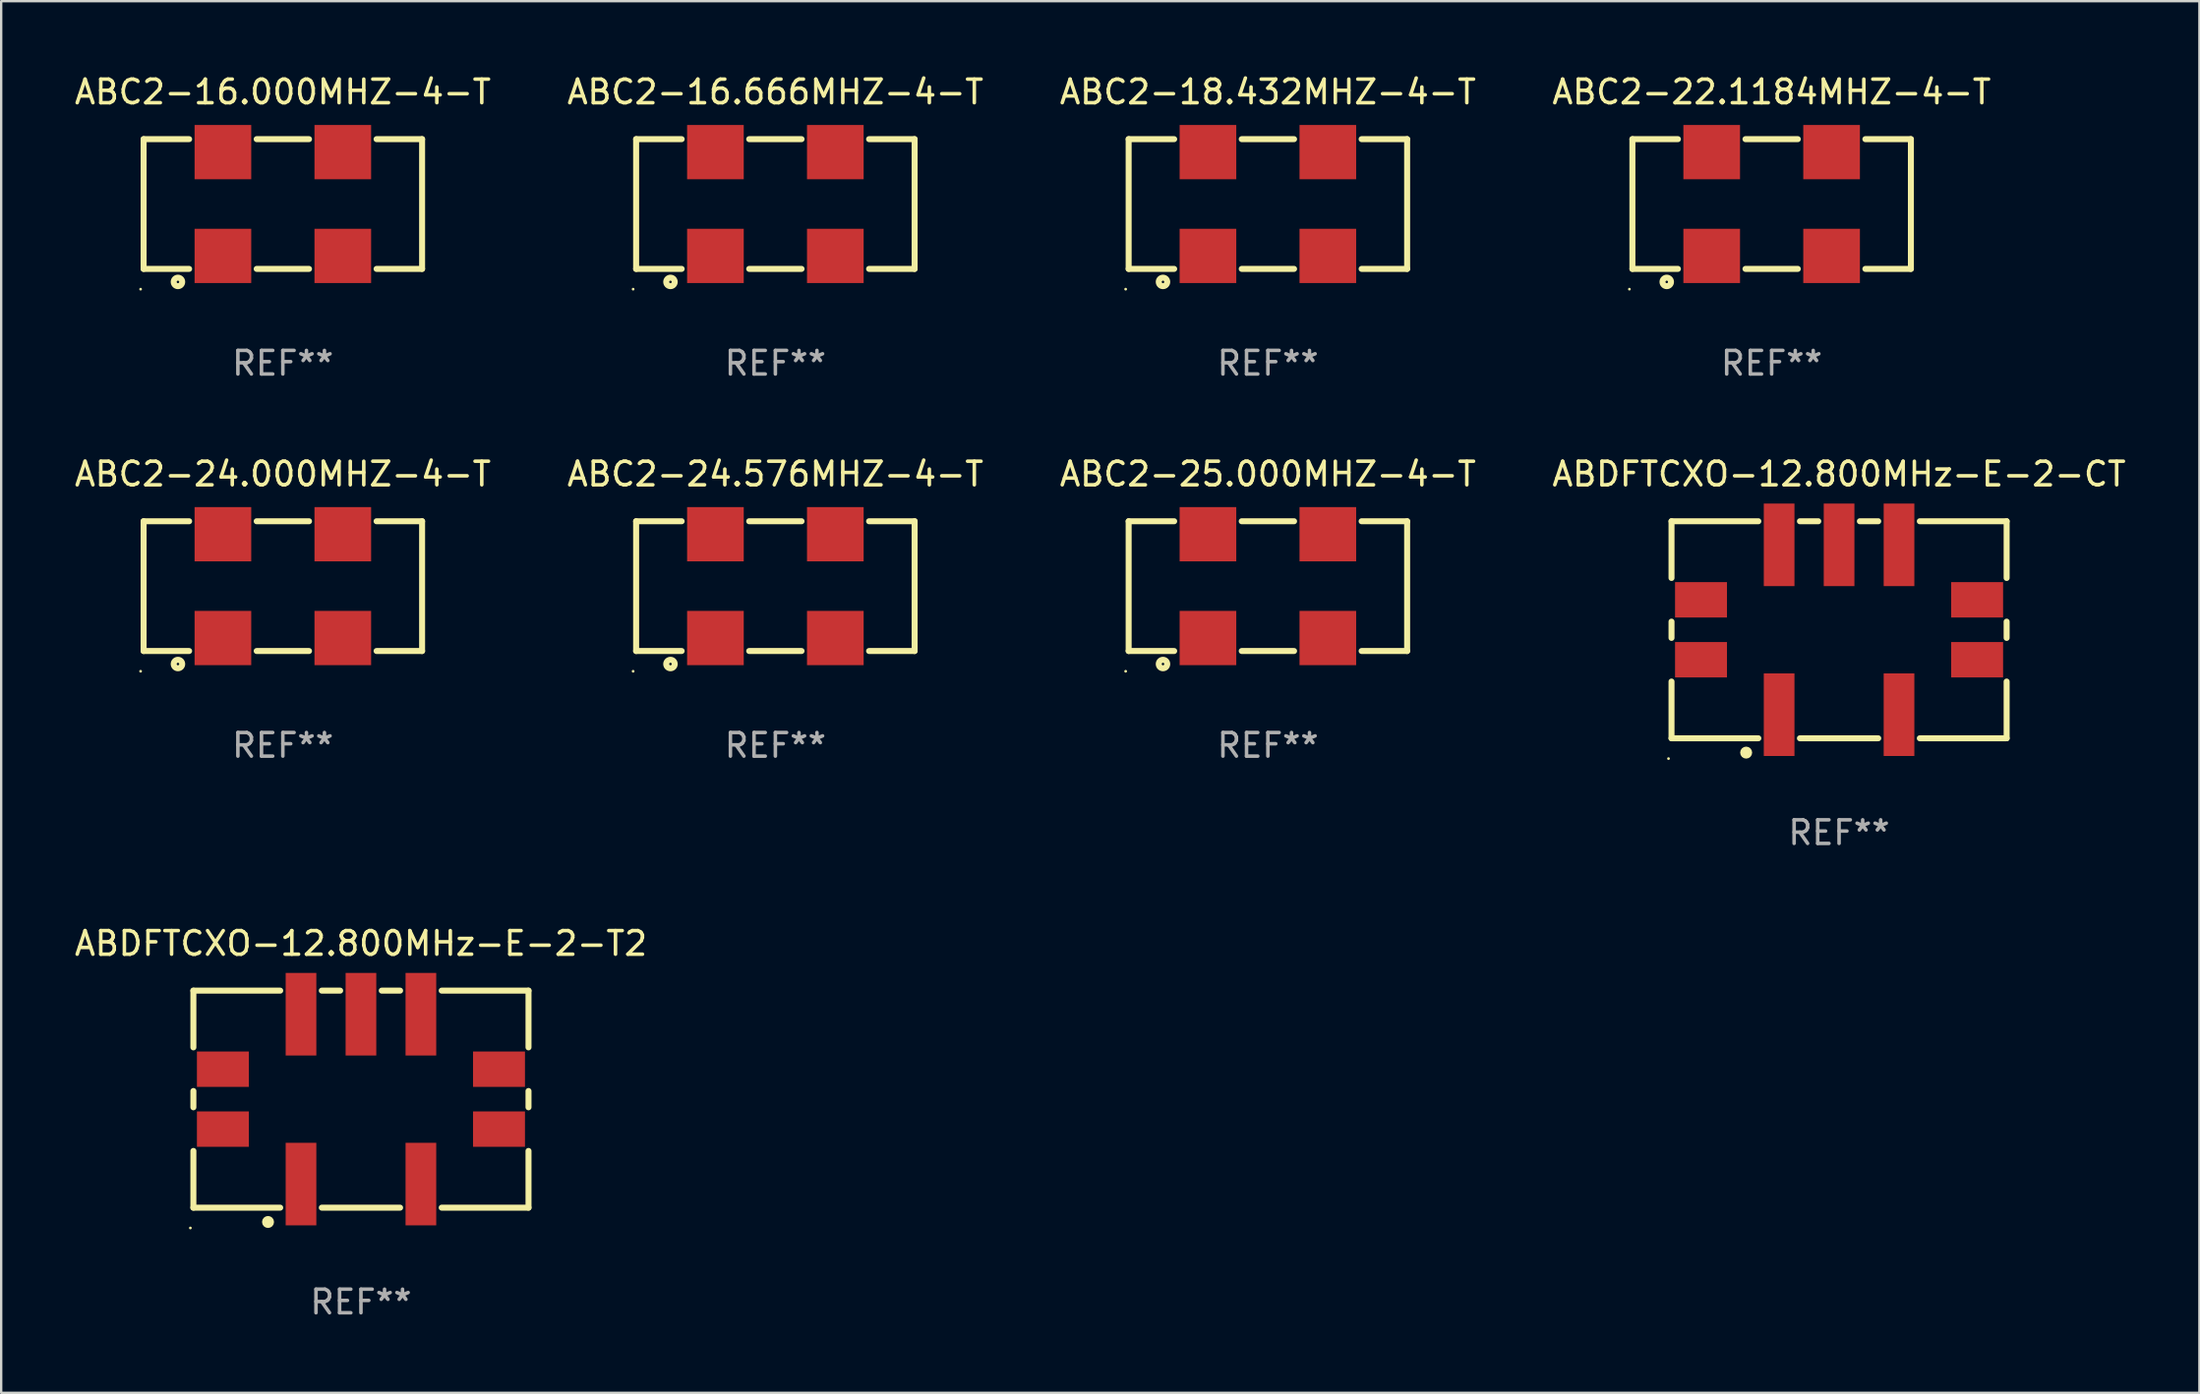
<source format=kicad_pcb>
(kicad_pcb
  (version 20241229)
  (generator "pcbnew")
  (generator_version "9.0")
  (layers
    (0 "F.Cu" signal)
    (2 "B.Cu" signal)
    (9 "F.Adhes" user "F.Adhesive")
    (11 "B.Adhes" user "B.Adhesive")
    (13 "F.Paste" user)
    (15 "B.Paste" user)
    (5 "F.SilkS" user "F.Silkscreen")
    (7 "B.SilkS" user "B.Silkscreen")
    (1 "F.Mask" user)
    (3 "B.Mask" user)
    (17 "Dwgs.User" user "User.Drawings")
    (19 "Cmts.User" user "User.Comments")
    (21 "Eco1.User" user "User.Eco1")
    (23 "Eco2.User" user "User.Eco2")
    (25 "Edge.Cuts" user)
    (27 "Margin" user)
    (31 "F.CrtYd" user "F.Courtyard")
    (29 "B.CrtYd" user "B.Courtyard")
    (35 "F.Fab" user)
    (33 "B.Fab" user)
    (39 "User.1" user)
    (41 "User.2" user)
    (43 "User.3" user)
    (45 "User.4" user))
  (footprint "ABDFTCXO-12.800MHz-E-2-T2"
    (layer "F.Cu")
    (at 12.244 43.541)
    (property "Reference" "ABDFTCXO-12.800MHz-E-2-T2" (at 0 -6.6 0) (layer "F.SilkS") (effects (font (size 1 1) (thickness 0.15))))
    (attr through_hole)
    (fp_line (start -7.1 -4.6) (end -7.1 -2.195) (stroke (width 0.254) (type solid)) (layer "F.SilkS"))
    (fp_line (start -7.1 -4.6) (end -3.421 -4.6) (stroke (width 0.254) (type solid)) (layer "F.SilkS"))
    (fp_line (start -7.1 -0.345) (end -7.1 0.345) (stroke (width 0.254) (type solid)) (layer "F.SilkS"))
    (fp_line (start -7.1 2.195) (end -7.1 4.6) (stroke (width 0.254) (type solid)) (layer "F.SilkS"))
    (fp_line (start -7.1 4.6) (end -3.421 4.6) (stroke (width 0.254) (type solid)) (layer "F.SilkS"))
    (fp_line (start -1.659 -4.6) (end -0.881 -4.6) (stroke (width 0.254) (type solid)) (layer "F.SilkS"))
    (fp_line (start -1.659 4.6) (end 1.659 4.6) (stroke (width 0.254) (type solid)) (layer "F.SilkS"))
    (fp_line (start 0.881 -4.6) (end 1.659 -4.6) (stroke (width 0.254) (type solid)) (layer "F.SilkS"))
    (fp_line (start 3.421 -4.6) (end 7.1 -4.6) (stroke (width 0.254) (type solid)) (layer "F.SilkS"))
    (fp_line (start 3.421 4.6) (end 7.1 4.6) (stroke (width 0.254) (type solid)) (layer "F.SilkS"))
    (fp_line (start 7.1 -4.6) (end 7.1 -2.195) (stroke (width 0.254) (type solid)) (layer "F.SilkS"))
    (fp_line (start 7.1 -0.345) (end 7.1 0.345) (stroke (width 0.254) (type solid)) (layer "F.SilkS"))
    (fp_line (start 7.1 2.195) (end 7.1 4.6) (stroke (width 0.254) (type solid)) (layer "F.SilkS"))
    (fp_circle (center -7.227 5.461) (end -7.197 5.461) (stroke (width 0.06) (type solid)) (fill no) (layer "F.SilkS"))
    (fp_circle (center -3.937 5.207) (end -3.81 5.207) (stroke (width 0.254) (type solid)) (fill no) (layer "F.SilkS"))
    (fp_text user "REF**" (at 0 8.6 0) (layer "F.Fab") (effects (font (size 1 1) (thickness 0.15))))
    (pad "1" smd rect (at -2.54 3.6) (size 1.3 3.5) (layers "F.Cu" "F.Mask" "F.Paste"))
    (pad "2" smd rect (at 2.54 3.6) (size 1.3 3.5) (layers "F.Cu" "F.Mask" "F.Paste"))
    (pad "3" smd rect (at 2.54 -3.6) (size 1.3 3.5) (layers "F.Cu" "F.Mask" "F.Paste"))
    (pad "4" smd rect (at 0 -3.6) (size 1.3 3.5) (layers "F.Cu" "F.Mask" "F.Paste"))
    (pad "5" smd rect (at -2.54 -3.6) (size 1.3 3.5) (layers "F.Cu" "F.Mask" "F.Paste"))
    (pad "6" smd rect (at 5.85 1.27 90) (size 1.5 2.2) (layers "F.Cu" "F.Mask" "F.Paste"))
    (pad "7" smd rect (at 5.85 -1.27 90) (size 1.5 2.2) (layers "F.Cu" "F.Mask" "F.Paste"))
    (pad "8" smd rect (at -5.85 -1.27 90) (size 1.5 2.2) (layers "F.Cu" "F.Mask" "F.Paste"))
    (pad "9" smd rect (at -5.85 1.27 90) (size 1.5 2.2) (layers "F.Cu" "F.Mask" "F.Paste")))
  (footprint "ABC2-18.432MHZ-4-T"
    (layer "F.Cu")
    (at 50.673 5.598)
    (property "Reference" "ABC2-18.432MHZ-4-T" (at 0 -4.75 0) (layer "F.SilkS") (effects (font (size 1 1) (thickness 0.15))))
    (attr through_hole)
    (fp_line (start -5.9 -2.75) (end -5.9 2.75) (stroke (width 0.254) (type solid)) (layer "F.SilkS"))
    (fp_line (start -5.9 -2.75) (end -3.971 -2.75) (stroke (width 0.254) (type solid)) (layer "F.SilkS"))
    (fp_line (start -5.9 2.75) (end -3.971 2.75) (stroke (width 0.254) (type solid)) (layer "F.SilkS"))
    (fp_line (start -1.109 -2.75) (end 1.109 -2.75) (stroke (width 0.254) (type solid)) (layer "F.SilkS"))
    (fp_line (start -1.109 2.75) (end 1.109 2.75) (stroke (width 0.254) (type solid)) (layer "F.SilkS"))
    (fp_line (start 3.971 -2.75) (end 5.9 -2.75) (stroke (width 0.254) (type solid)) (layer "F.SilkS"))
    (fp_line (start 3.971 2.75) (end 5.9 2.75) (stroke (width 0.254) (type solid)) (layer "F.SilkS"))
    (fp_line (start 5.9 -2.75) (end 5.9 2.75) (stroke (width 0.254) (type solid)) (layer "F.SilkS"))
    (fp_circle (center -6.027 3.609) (end -5.997 3.609) (stroke (width 0.06) (type solid)) (fill no) (layer "F.SilkS"))
    (fp_circle (center -4.445 3.302) (end -4.265 3.302) (stroke (width 0.254) (type solid)) (fill no) (layer "F.SilkS"))
    (fp_text user "REF**" (at 0 6.75 0) (layer "F.Fab") (effects (font (size 1 1) (thickness 0.15))))
    (pad "1" smd rect (at -2.54 2.2) (size 2.4 2.3) (layers "F.Cu" "F.Mask" "F.Paste"))
    (pad "2" smd rect (at 2.54 2.2) (size 2.4 2.3) (layers "F.Cu" "F.Mask" "F.Paste"))
    (pad "3" smd rect (at 2.54 -2.2) (size 2.4 2.3) (layers "F.Cu" "F.Mask" "F.Paste"))
    (pad "4" smd rect (at -2.54 -2.2) (size 2.4 2.3) (layers "F.Cu" "F.Mask" "F.Paste")))
  (footprint "ABC2-24.576MHZ-4-T"
    (layer "F.Cu")
    (at 29.804 21.795)
    (property "Reference" "ABC2-24.576MHZ-4-T" (at 0 -4.75 0) (layer "F.SilkS") (effects (font (size 1 1) (thickness 0.15))))
    (attr through_hole)
    (fp_line (start -5.9 -2.75) (end -5.9 2.75) (stroke (width 0.254) (type solid)) (layer "F.SilkS"))
    (fp_line (start -5.9 -2.75) (end -3.971 -2.75) (stroke (width 0.254) (type solid)) (layer "F.SilkS"))
    (fp_line (start -5.9 2.75) (end -3.971 2.75) (stroke (width 0.254) (type solid)) (layer "F.SilkS"))
    (fp_line (start -1.109 -2.75) (end 1.109 -2.75) (stroke (width 0.254) (type solid)) (layer "F.SilkS"))
    (fp_line (start -1.109 2.75) (end 1.109 2.75) (stroke (width 0.254) (type solid)) (layer "F.SilkS"))
    (fp_line (start 3.971 -2.75) (end 5.9 -2.75) (stroke (width 0.254) (type solid)) (layer "F.SilkS"))
    (fp_line (start 3.971 2.75) (end 5.9 2.75) (stroke (width 0.254) (type solid)) (layer "F.SilkS"))
    (fp_line (start 5.9 -2.75) (end 5.9 2.75) (stroke (width 0.254) (type solid)) (layer "F.SilkS"))
    (fp_circle (center -6.027 3.609) (end -5.997 3.609) (stroke (width 0.06) (type solid)) (fill no) (layer "F.SilkS"))
    (fp_circle (center -4.445 3.302) (end -4.265 3.302) (stroke (width 0.254) (type solid)) (fill no) (layer "F.SilkS"))
    (fp_text user "REF**" (at 0 6.75 0) (layer "F.Fab") (effects (font (size 1 1) (thickness 0.15))))
    (pad "1" smd rect (at -2.54 2.2) (size 2.4 2.3) (layers "F.Cu" "F.Mask" "F.Paste"))
    (pad "2" smd rect (at 2.54 2.2) (size 2.4 2.3) (layers "F.Cu" "F.Mask" "F.Paste"))
    (pad "3" smd rect (at 2.54 -2.2) (size 2.4 2.3) (layers "F.Cu" "F.Mask" "F.Paste"))
    (pad "4" smd rect (at -2.54 -2.2) (size 2.4 2.3) (layers "F.Cu" "F.Mask" "F.Paste")))
  (footprint "ABDFTCXO-12.800MHz-E-2-CT"
    (layer "F.Cu")
    (at 74.875 23.645)
    (property "Reference" "ABDFTCXO-12.800MHz-E-2-CT" (at 0 -6.6 0) (layer "F.SilkS") (effects (font (size 1 1) (thickness 0.15))))
    (attr through_hole)
    (fp_line (start -7.1 -4.6) (end -7.1 -2.195) (stroke (width 0.254) (type solid)) (layer "F.SilkS"))
    (fp_line (start -7.1 -4.6) (end -3.421 -4.6) (stroke (width 0.254) (type solid)) (layer "F.SilkS"))
    (fp_line (start -7.1 -0.345) (end -7.1 0.345) (stroke (width 0.254) (type solid)) (layer "F.SilkS"))
    (fp_line (start -7.1 2.195) (end -7.1 4.6) (stroke (width 0.254) (type solid)) (layer "F.SilkS"))
    (fp_line (start -7.1 4.6) (end -3.421 4.6) (stroke (width 0.254) (type solid)) (layer "F.SilkS"))
    (fp_line (start -1.659 -4.6) (end -0.881 -4.6) (stroke (width 0.254) (type solid)) (layer "F.SilkS"))
    (fp_line (start -1.659 4.6) (end 1.659 4.6) (stroke (width 0.254) (type solid)) (layer "F.SilkS"))
    (fp_line (start 0.881 -4.6) (end 1.659 -4.6) (stroke (width 0.254) (type solid)) (layer "F.SilkS"))
    (fp_line (start 3.421 -4.6) (end 7.1 -4.6) (stroke (width 0.254) (type solid)) (layer "F.SilkS"))
    (fp_line (start 3.421 4.6) (end 7.1 4.6) (stroke (width 0.254) (type solid)) (layer "F.SilkS"))
    (fp_line (start 7.1 -4.6) (end 7.1 -2.195) (stroke (width 0.254) (type solid)) (layer "F.SilkS"))
    (fp_line (start 7.1 -0.345) (end 7.1 0.345) (stroke (width 0.254) (type solid)) (layer "F.SilkS"))
    (fp_line (start 7.1 2.195) (end 7.1 4.6) (stroke (width 0.254) (type solid)) (layer "F.SilkS"))
    (fp_circle (center -7.227 5.461) (end -7.197 5.461) (stroke (width 0.06) (type solid)) (fill no) (layer "F.SilkS"))
    (fp_circle (center -3.937 5.207) (end -3.81 5.207) (stroke (width 0.254) (type solid)) (fill no) (layer "F.SilkS"))
    (fp_text user "REF**" (at 0 8.6 0) (layer "F.Fab") (effects (font (size 1 1) (thickness 0.15))))
    (pad "1" smd rect (at -2.54 3.6) (size 1.3 3.5) (layers "F.Cu" "F.Mask" "F.Paste"))
    (pad "2" smd rect (at 2.54 3.6) (size 1.3 3.5) (layers "F.Cu" "F.Mask" "F.Paste"))
    (pad "3" smd rect (at 2.54 -3.6) (size 1.3 3.5) (layers "F.Cu" "F.Mask" "F.Paste"))
    (pad "4" smd rect (at 0 -3.6) (size 1.3 3.5) (layers "F.Cu" "F.Mask" "F.Paste"))
    (pad "5" smd rect (at -2.54 -3.6) (size 1.3 3.5) (layers "F.Cu" "F.Mask" "F.Paste"))
    (pad "6" smd rect (at 5.85 1.27 90) (size 1.5 2.2) (layers "F.Cu" "F.Mask" "F.Paste"))
    (pad "7" smd rect (at 5.85 -1.27 90) (size 1.5 2.2) (layers "F.Cu" "F.Mask" "F.Paste"))
    (pad "8" smd rect (at -5.85 -1.27 90) (size 1.5 2.2) (layers "F.Cu" "F.Mask" "F.Paste"))
    (pad "9" smd rect (at -5.85 1.27 90) (size 1.5 2.2) (layers "F.Cu" "F.Mask" "F.Paste")))
  (footprint "ABC2-24.000MHZ-4-T"
    (layer "F.Cu")
    (at 8.935 21.795)
    (property "Reference" "ABC2-24.000MHZ-4-T" (at 0 -4.75 0) (layer "F.SilkS") (effects (font (size 1 1) (thickness 0.15))))
    (attr through_hole)
    (fp_line (start -5.9 -2.75) (end -5.9 2.75) (stroke (width 0.254) (type solid)) (layer "F.SilkS"))
    (fp_line (start -5.9 -2.75) (end -3.971 -2.75) (stroke (width 0.254) (type solid)) (layer "F.SilkS"))
    (fp_line (start -5.9 2.75) (end -3.971 2.75) (stroke (width 0.254) (type solid)) (layer "F.SilkS"))
    (fp_line (start -1.109 -2.75) (end 1.109 -2.75) (stroke (width 0.254) (type solid)) (layer "F.SilkS"))
    (fp_line (start -1.109 2.75) (end 1.109 2.75) (stroke (width 0.254) (type solid)) (layer "F.SilkS"))
    (fp_line (start 3.971 -2.75) (end 5.9 -2.75) (stroke (width 0.254) (type solid)) (layer "F.SilkS"))
    (fp_line (start 3.971 2.75) (end 5.9 2.75) (stroke (width 0.254) (type solid)) (layer "F.SilkS"))
    (fp_line (start 5.9 -2.75) (end 5.9 2.75) (stroke (width 0.254) (type solid)) (layer "F.SilkS"))
    (fp_circle (center -6.027 3.609) (end -5.997 3.609) (stroke (width 0.06) (type solid)) (fill no) (layer "F.SilkS"))
    (fp_circle (center -4.445 3.302) (end -4.265 3.302) (stroke (width 0.254) (type solid)) (fill no) (layer "F.SilkS"))
    (fp_text user "REF**" (at 0 6.75 0) (layer "F.Fab") (effects (font (size 1 1) (thickness 0.15))))
    (pad "1" smd rect (at -2.54 2.2) (size 2.4 2.3) (layers "F.Cu" "F.Mask" "F.Paste"))
    (pad "2" smd rect (at 2.54 2.2) (size 2.4 2.3) (layers "F.Cu" "F.Mask" "F.Paste"))
    (pad "3" smd rect (at 2.54 -2.2) (size 2.4 2.3) (layers "F.Cu" "F.Mask" "F.Paste"))
    (pad "4" smd rect (at -2.54 -2.2) (size 2.4 2.3) (layers "F.Cu" "F.Mask" "F.Paste")))
  (footprint "ABC2-22.1184MHZ-4-T"
    (layer "F.Cu")
    (at 72.018 5.598)
    (property "Reference" "ABC2-22.1184MHZ-4-T" (at 0 -4.75 0) (layer "F.SilkS") (effects (font (size 1 1) (thickness 0.15))))
    (attr through_hole)
    (fp_line (start -5.9 -2.75) (end -5.9 2.75) (stroke (width 0.254) (type solid)) (layer "F.SilkS"))
    (fp_line (start -5.9 -2.75) (end -3.971 -2.75) (stroke (width 0.254) (type solid)) (layer "F.SilkS"))
    (fp_line (start -5.9 2.75) (end -3.971 2.75) (stroke (width 0.254) (type solid)) (layer "F.SilkS"))
    (fp_line (start -1.109 -2.75) (end 1.109 -2.75) (stroke (width 0.254) (type solid)) (layer "F.SilkS"))
    (fp_line (start -1.109 2.75) (end 1.109 2.75) (stroke (width 0.254) (type solid)) (layer "F.SilkS"))
    (fp_line (start 3.971 -2.75) (end 5.9 -2.75) (stroke (width 0.254) (type solid)) (layer "F.SilkS"))
    (fp_line (start 3.971 2.75) (end 5.9 2.75) (stroke (width 0.254) (type solid)) (layer "F.SilkS"))
    (fp_line (start 5.9 -2.75) (end 5.9 2.75) (stroke (width 0.254) (type solid)) (layer "F.SilkS"))
    (fp_circle (center -6.027 3.609) (end -5.997 3.609) (stroke (width 0.06) (type solid)) (fill no) (layer "F.SilkS"))
    (fp_circle (center -4.445 3.302) (end -4.265 3.302) (stroke (width 0.254) (type solid)) (fill no) (layer "F.SilkS"))
    (fp_text user "REF**" (at 0 6.75 0) (layer "F.Fab") (effects (font (size 1 1) (thickness 0.15))))
    (pad "1" smd rect (at -2.54 2.2) (size 2.4 2.3) (layers "F.Cu" "F.Mask" "F.Paste"))
    (pad "2" smd rect (at 2.54 2.2) (size 2.4 2.3) (layers "F.Cu" "F.Mask" "F.Paste"))
    (pad "3" smd rect (at 2.54 -2.2) (size 2.4 2.3) (layers "F.Cu" "F.Mask" "F.Paste"))
    (pad "4" smd rect (at -2.54 -2.2) (size 2.4 2.3) (layers "F.Cu" "F.Mask" "F.Paste")))
  (footprint "ABC2-25.000MHZ-4-T"
    (layer "F.Cu")
    (at 50.673 21.795)
    (property "Reference" "ABC2-25.000MHZ-4-T" (at 0 -4.75 0) (layer "F.SilkS") (effects (font (size 1 1) (thickness 0.15))))
    (attr through_hole)
    (fp_line (start -5.9 -2.75) (end -5.9 2.75) (stroke (width 0.254) (type solid)) (layer "F.SilkS"))
    (fp_line (start -5.9 -2.75) (end -3.971 -2.75) (stroke (width 0.254) (type solid)) (layer "F.SilkS"))
    (fp_line (start -5.9 2.75) (end -3.971 2.75) (stroke (width 0.254) (type solid)) (layer "F.SilkS"))
    (fp_line (start -1.109 -2.75) (end 1.109 -2.75) (stroke (width 0.254) (type solid)) (layer "F.SilkS"))
    (fp_line (start -1.109 2.75) (end 1.109 2.75) (stroke (width 0.254) (type solid)) (layer "F.SilkS"))
    (fp_line (start 3.971 -2.75) (end 5.9 -2.75) (stroke (width 0.254) (type solid)) (layer "F.SilkS"))
    (fp_line (start 3.971 2.75) (end 5.9 2.75) (stroke (width 0.254) (type solid)) (layer "F.SilkS"))
    (fp_line (start 5.9 -2.75) (end 5.9 2.75) (stroke (width 0.254) (type solid)) (layer "F.SilkS"))
    (fp_circle (center -6.027 3.609) (end -5.997 3.609) (stroke (width 0.06) (type solid)) (fill no) (layer "F.SilkS"))
    (fp_circle (center -4.445 3.302) (end -4.265 3.302) (stroke (width 0.254) (type solid)) (fill no) (layer "F.SilkS"))
    (fp_text user "REF**" (at 0 6.75 0) (layer "F.Fab") (effects (font (size 1 1) (thickness 0.15))))
    (pad "1" smd rect (at -2.54 2.2) (size 2.4 2.3) (layers "F.Cu" "F.Mask" "F.Paste"))
    (pad "2" smd rect (at 2.54 2.2) (size 2.4 2.3) (layers "F.Cu" "F.Mask" "F.Paste"))
    (pad "3" smd rect (at 2.54 -2.2) (size 2.4 2.3) (layers "F.Cu" "F.Mask" "F.Paste"))
    (pad "4" smd rect (at -2.54 -2.2) (size 2.4 2.3) (layers "F.Cu" "F.Mask" "F.Paste")))
  (footprint "ABC2-16.666MHZ-4-T"
    (layer "F.Cu")
    (at 29.804 5.598)
    (property "Reference" "ABC2-16.666MHZ-4-T" (at 0 -4.75 0) (layer "F.SilkS") (effects (font (size 1 1) (thickness 0.15))))
    (attr through_hole)
    (fp_line (start -5.9 -2.75) (end -5.9 2.75) (stroke (width 0.254) (type solid)) (layer "F.SilkS"))
    (fp_line (start -5.9 -2.75) (end -3.971 -2.75) (stroke (width 0.254) (type solid)) (layer "F.SilkS"))
    (fp_line (start -5.9 2.75) (end -3.971 2.75) (stroke (width 0.254) (type solid)) (layer "F.SilkS"))
    (fp_line (start -1.109 -2.75) (end 1.109 -2.75) (stroke (width 0.254) (type solid)) (layer "F.SilkS"))
    (fp_line (start -1.109 2.75) (end 1.109 2.75) (stroke (width 0.254) (type solid)) (layer "F.SilkS"))
    (fp_line (start 3.971 -2.75) (end 5.9 -2.75) (stroke (width 0.254) (type solid)) (layer "F.SilkS"))
    (fp_line (start 3.971 2.75) (end 5.9 2.75) (stroke (width 0.254) (type solid)) (layer "F.SilkS"))
    (fp_line (start 5.9 -2.75) (end 5.9 2.75) (stroke (width 0.254) (type solid)) (layer "F.SilkS"))
    (fp_circle (center -6.027 3.609) (end -5.997 3.609) (stroke (width 0.06) (type solid)) (fill no) (layer "F.SilkS"))
    (fp_circle (center -4.445 3.302) (end -4.265 3.302) (stroke (width 0.254) (type solid)) (fill no) (layer "F.SilkS"))
    (fp_text user "REF**" (at 0 6.75 0) (layer "F.Fab") (effects (font (size 1 1) (thickness 0.15))))
    (pad "1" smd rect (at -2.54 2.2) (size 2.4 2.3) (layers "F.Cu" "F.Mask" "F.Paste"))
    (pad "2" smd rect (at 2.54 2.2) (size 2.4 2.3) (layers "F.Cu" "F.Mask" "F.Paste"))
    (pad "3" smd rect (at 2.54 -2.2) (size 2.4 2.3) (layers "F.Cu" "F.Mask" "F.Paste"))
    (pad "4" smd rect (at -2.54 -2.2) (size 2.4 2.3) (layers "F.Cu" "F.Mask" "F.Paste")))
  (footprint "ABC2-16.000MHZ-4-T"
    (layer "F.Cu")
    (at 8.935 5.598)
    (property "Reference" "ABC2-16.000MHZ-4-T" (at 0 -4.75 0) (layer "F.SilkS") (effects (font (size 1 1) (thickness 0.15))))
    (attr through_hole)
    (fp_line (start -5.9 -2.75) (end -5.9 2.75) (stroke (width 0.254) (type solid)) (layer "F.SilkS"))
    (fp_line (start -5.9 -2.75) (end -3.971 -2.75) (stroke (width 0.254) (type solid)) (layer "F.SilkS"))
    (fp_line (start -5.9 2.75) (end -3.971 2.75) (stroke (width 0.254) (type solid)) (layer "F.SilkS"))
    (fp_line (start -1.109 -2.75) (end 1.109 -2.75) (stroke (width 0.254) (type solid)) (layer "F.SilkS"))
    (fp_line (start -1.109 2.75) (end 1.109 2.75) (stroke (width 0.254) (type solid)) (layer "F.SilkS"))
    (fp_line (start 3.971 -2.75) (end 5.9 -2.75) (stroke (width 0.254) (type solid)) (layer "F.SilkS"))
    (fp_line (start 3.971 2.75) (end 5.9 2.75) (stroke (width 0.254) (type solid)) (layer "F.SilkS"))
    (fp_line (start 5.9 -2.75) (end 5.9 2.75) (stroke (width 0.254) (type solid)) (layer "F.SilkS"))
    (fp_circle (center -6.027 3.609) (end -5.997 3.609) (stroke (width 0.06) (type solid)) (fill no) (layer "F.SilkS"))
    (fp_circle (center -4.445 3.302) (end -4.265 3.302) (stroke (width 0.254) (type solid)) (fill no) (layer "F.SilkS"))
    (fp_text user "REF**" (at 0 6.75 0) (layer "F.Fab") (effects (font (size 1 1) (thickness 0.15))))
    (pad "1" smd rect (at -2.54 2.2) (size 2.4 2.3) (layers "F.Cu" "F.Mask" "F.Paste"))
    (pad "2" smd rect (at 2.54 2.2) (size 2.4 2.3) (layers "F.Cu" "F.Mask" "F.Paste"))
    (pad "3" smd rect (at 2.54 -2.2) (size 2.4 2.3) (layers "F.Cu" "F.Mask" "F.Paste"))
    (pad "4" smd rect (at -2.54 -2.2) (size 2.4 2.3) (layers "F.Cu" "F.Mask" "F.Paste")))
  (gr_rect
    (start -3 -3)
    (end 90.143 55.99)
    (stroke (width 0.1) (type default))
    (fill no)
    (layer "Edge.Cuts")))
</source>
